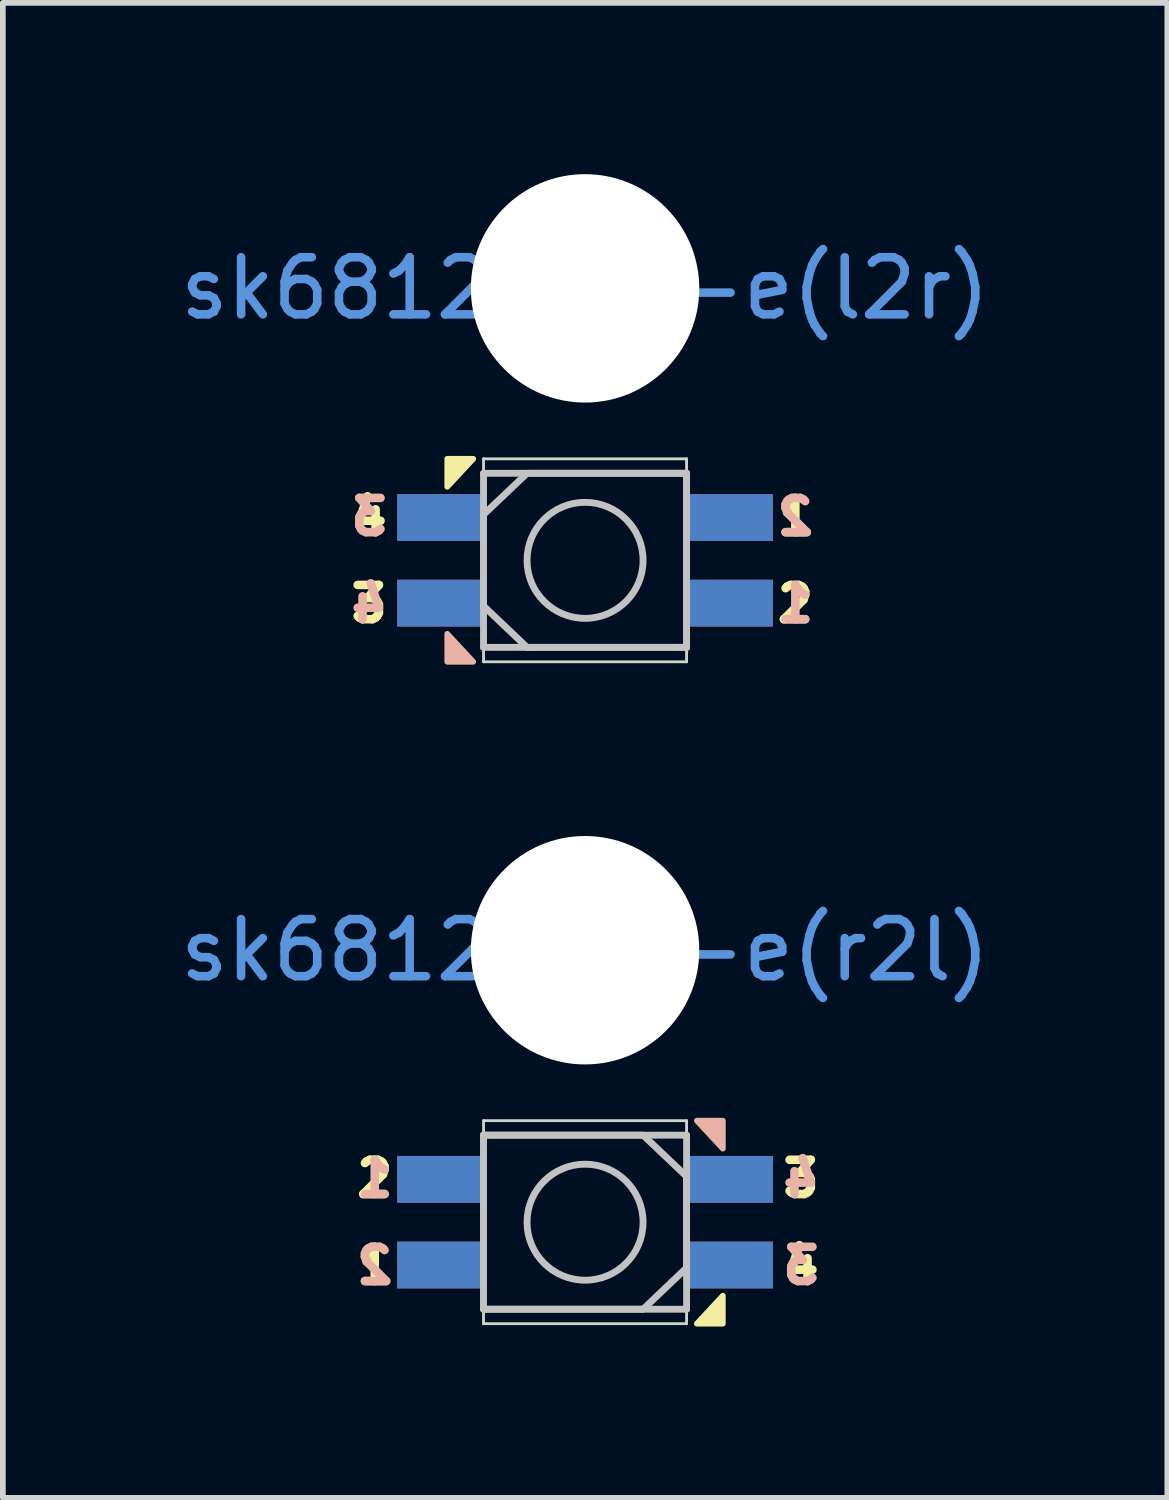
<source format=kicad_pcb>
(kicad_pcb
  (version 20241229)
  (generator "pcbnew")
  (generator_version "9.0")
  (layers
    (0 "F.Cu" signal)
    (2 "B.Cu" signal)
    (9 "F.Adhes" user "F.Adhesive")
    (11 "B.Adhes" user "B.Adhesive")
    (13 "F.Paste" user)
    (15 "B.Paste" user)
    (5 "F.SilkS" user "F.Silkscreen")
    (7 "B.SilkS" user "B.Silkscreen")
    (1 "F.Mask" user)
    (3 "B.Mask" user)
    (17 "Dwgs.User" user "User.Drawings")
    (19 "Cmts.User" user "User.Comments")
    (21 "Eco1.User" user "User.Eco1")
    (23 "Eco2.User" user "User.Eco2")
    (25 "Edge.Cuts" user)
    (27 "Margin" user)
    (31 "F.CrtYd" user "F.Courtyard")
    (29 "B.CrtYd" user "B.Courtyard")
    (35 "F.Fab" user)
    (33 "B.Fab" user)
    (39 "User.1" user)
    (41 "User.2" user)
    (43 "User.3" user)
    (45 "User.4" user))
  (footprint "sk6812mini-e(l2r)"
    (layer "F.Cu")
    (at 7.196 2)
    (property "Reference" "sk6812mini-e(l2r)" (at 0 0 0) (layer "Cmts.User") (effects (font (size 1 1) (thickness 0.15))))
    (attr through_hole)
    (fp_poly (pts (xy -2.413 3.475) (xy -2.413 2.985) (xy -1.958 2.985)) (stroke (width 0.1) (type solid)) (fill yes) (layer "F.SilkS"))
    (fp_poly (pts (xy -2.413 6.05) (xy -2.413 6.54) (xy -1.958 6.54)) (stroke (width 0.1) (type solid)) (fill yes) (layer "B.SilkS"))
    (fp_line (start -1.778 3.239) (end -1.778 5.562) (stroke (width 0.12) (type solid)) (layer "Dwgs.User"))
    (fp_line (start -1.778 3.239) (end 1.778 3.239) (stroke (width 0.12) (type solid)) (layer "Dwgs.User"))
    (fp_line (start -1.778 6.287) (end -1.778 3.962) (stroke (width 0.12) (type solid)) (layer "Dwgs.User"))
    (fp_line (start -1.778 6.287) (end 1.778 6.287) (stroke (width 0.12) (type solid)) (layer "Dwgs.User"))
    (fp_line (start -1.016 3.239) (end -1.778 3.962) (stroke (width 0.12) (type solid)) (layer "Dwgs.User"))
    (fp_line (start -1.016 6.287) (end -1.778 5.562) (stroke (width 0.12) (type solid)) (layer "Dwgs.User"))
    (fp_line (start -1 3.239) (end 1.778 3.239) (stroke (width 0.12) (type solid)) (layer "Dwgs.User"))
    (fp_line (start -1 6.287) (end 1.778 6.287) (stroke (width 0.12) (type solid)) (layer "Dwgs.User"))
    (fp_line (start 1.778 3.239) (end 1.778 6.287) (stroke (width 0.12) (type solid)) (layer "Dwgs.User"))
    (fp_line (start 1.778 6.287) (end 1.778 3.239) (stroke (width 0.12) (type solid)) (layer "Dwgs.User"))
    (fp_circle (center 0 4.763) (end -1.016 4.763) (stroke (width 0.12) (type solid)) (fill no) (layer "Dwgs.User"))
    (fp_line (start -1.778 2.985) (end -1.778 6.54) (stroke (width 0.05) (type solid)) (layer "Edge.Cuts"))
    (fp_line (start 1.778 2.985) (end -1.778 2.985) (stroke (width 0.05) (type solid)) (layer "Edge.Cuts"))
    (fp_line (start 1.778 6.54) (end -1.778 6.54) (stroke (width 0.05) (type solid)) (layer "Edge.Cuts"))
    (fp_line (start 1.778 6.54) (end 1.778 2.985) (stroke (width 0.05) (type solid)) (layer "Edge.Cuts"))
    (fp_text user "2" (at 3.683 5.524 0) (layer "F.SilkS") (effects (font (size 0.6 0.6) (thickness 0.15))))
    (fp_text user "3" (at -3.782 5.524 0) (layer "F.SilkS") (effects (font (size 0.6 0.6) (thickness 0.15))))
    (fp_text user "4" (at -3.782 4 0) (layer "F.SilkS") (effects (font (size 0.6 0.6) (thickness 0.15))))
    (fp_text user "1" (at 3.683 4 0) (layer "F.SilkS") (effects (font (size 0.6 0.6) (thickness 0.15))))
    (fp_text user "3" (at -3.782 4 0) (layer "B.SilkS") (effects (font (size 0.6 0.6) (thickness 0.15)) (justify mirror)))
    (fp_text user "4" (at -3.782 5.524 0) (layer "B.SilkS") (effects (font (size 0.6 0.6) (thickness 0.15)) (justify mirror)))
    (fp_text user "1" (at 3.683 5.524 0) (layer "B.SilkS") (effects (font (size 0.6 0.6) (thickness 0.15)) (justify mirror)))
    (fp_text user "2" (at 3.683 4 0) (layer "B.SilkS") (effects (font (size 0.6 0.6) (thickness 0.15)) (justify mirror)))
    (pad "" np_thru_hole circle (at 0 0 90) (size 4 4) (drill 4) (layers "*.Cu" "*.Mask"))
    (pad "+" smd rect (at 2.54 4.013 180) (size 1.5 0.82) (layers "F.Cu" "F.Mask" "F.Paste"))
    (pad "+" smd rect (at 2.54 5.513 180) (size 1.5 0.82) (layers "B.Cu" "B.Mask" "B.Paste"))
    (pad "-" smd rect (at -2.54 4.013 180) (size 1.5 0.82) (layers "B.Cu" "B.Mask" "B.Paste"))
    (pad "-" smd rect (at -2.54 5.513 180) (size 1.5 0.82) (layers "F.Cu" "F.Mask" "F.Paste"))
    (pad "I" smd rect (at -2.54 4.013 180) (size 1.5 0.82) (layers "F.Cu" "F.Mask" "F.Paste"))
    (pad "I" smd rect (at -2.54 5.513 180) (size 1.5 0.82) (layers "B.Cu" "B.Mask" "B.Paste"))
    (pad "O" smd trapezoid (at 2.54 4.013 180) (size 1.5 0.82) (layers "B.Cu" "B.Mask" "B.Paste"))
    (pad "O" smd trapezoid (at 2.54 5.513 180) (size 1.5 0.82) (layers "F.Cu" "F.Mask" "F.Paste")))
  (footprint "sk6812mini-e(r2l)"
    (layer "F.Cu")
    (at 7.196 13.591)
    (property "Reference" "sk6812mini-e(r2l)" (at 0 0 0) (layer "Cmts.User") (effects (font (size 1 1) (thickness 0.15))))
    (attr through_hole)
    (fp_poly (pts (xy 2.413 6.05) (xy 2.413 6.54) (xy 1.958 6.54)) (stroke (width 0.1) (type solid)) (fill yes) (layer "F.SilkS"))
    (fp_poly (pts (xy 2.413 3.475) (xy 2.413 2.985) (xy 1.958 2.985)) (stroke (width 0.1) (type solid)) (fill yes) (layer "B.SilkS"))
    (fp_line (start -1.778 3.239) (end -1.778 6.287) (stroke (width 0.12) (type solid)) (layer "Dwgs.User"))
    (fp_line (start -1.778 6.287) (end -1.778 3.239) (stroke (width 0.12) (type solid)) (layer "Dwgs.User"))
    (fp_line (start 1 3.239) (end -1.778 3.239) (stroke (width 0.12) (type solid)) (layer "Dwgs.User"))
    (fp_line (start 1 6.287) (end -1.778 6.287) (stroke (width 0.12) (type solid)) (layer "Dwgs.User"))
    (fp_line (start 1.016 3.239) (end 1.778 3.962) (stroke (width 0.12) (type solid)) (layer "Dwgs.User"))
    (fp_line (start 1.016 6.287) (end 1.778 5.562) (stroke (width 0.12) (type solid)) (layer "Dwgs.User"))
    (fp_line (start 1.778 3.239) (end -1.778 3.239) (stroke (width 0.12) (type solid)) (layer "Dwgs.User"))
    (fp_line (start 1.778 3.239) (end 1.778 5.562) (stroke (width 0.12) (type solid)) (layer "Dwgs.User"))
    (fp_line (start 1.778 6.287) (end -1.778 6.287) (stroke (width 0.12) (type solid)) (layer "Dwgs.User"))
    (fp_line (start 1.778 6.287) (end 1.778 3.962) (stroke (width 0.12) (type solid)) (layer "Dwgs.User"))
    (fp_circle (center 0 4.763) (end 1.016 4.763) (stroke (width 0.12) (type solid)) (fill no) (layer "Dwgs.User"))
    (fp_line (start -1.778 2.985) (end -1.778 6.54) (stroke (width 0.05) (type solid)) (layer "Edge.Cuts"))
    (fp_line (start -1.778 2.985) (end 1.778 2.985) (stroke (width 0.05) (type solid)) (layer "Edge.Cuts"))
    (fp_line (start -1.778 6.54) (end 1.778 6.54) (stroke (width 0.05) (type solid)) (layer "Edge.Cuts"))
    (fp_line (start 1.778 6.54) (end 1.778 2.985) (stroke (width 0.05) (type solid)) (layer "Edge.Cuts"))
    (fp_text user "4" (at 3.782 5.524 180) (layer "F.SilkS") (effects (font (size 0.6 0.6) (thickness 0.15))))
    (fp_text user "3" (at 3.782 4 180) (layer "F.SilkS") (effects (font (size 0.6 0.6) (thickness 0.15))))
    (fp_text user "2" (at -3.683 4 180) (layer "F.SilkS") (effects (font (size 0.6 0.6) (thickness 0.15))))
    (fp_text user "1" (at -3.683 5.524 180) (layer "F.SilkS") (effects (font (size 0.6 0.6) (thickness 0.15))))
    (fp_text user "4" (at 3.782 4 180) (layer "B.SilkS") (effects (font (size 0.6 0.6) (thickness 0.15)) (justify mirror)))
    (fp_text user "2" (at -3.683 5.524 180) (layer "B.SilkS") (effects (font (size 0.6 0.6) (thickness 0.15)) (justify mirror)))
    (fp_text user "1" (at -3.683 4 180) (layer "B.SilkS") (effects (font (size 0.6 0.6) (thickness 0.15)) (justify mirror)))
    (fp_text user "3" (at 3.782 5.524 180) (layer "B.SilkS") (effects (font (size 0.6 0.6) (thickness 0.15)) (justify mirror)))
    (pad "" np_thru_hole circle (at 0 0 90) (size 4 4) (drill 4) (layers "*.Cu" "*.Mask"))
    (pad "+" smd rect (at -2.54 4.013) (size 1.5 0.82) (layers "B.Cu" "B.Mask" "B.Paste"))
    (pad "+" smd rect (at -2.54 5.513) (size 1.5 0.82) (layers "F.Cu" "F.Mask" "F.Paste"))
    (pad "-" smd rect (at 2.54 4.013) (size 1.5 0.82) (layers "F.Cu" "F.Mask" "F.Paste"))
    (pad "-" smd rect (at 2.54 5.513) (size 1.5 0.82) (layers "B.Cu" "B.Mask" "B.Paste"))
    (pad "I" smd rect (at 2.54 4.013) (size 1.5 0.82) (layers "B.Cu" "B.Mask" "B.Paste"))
    (pad "I" smd rect (at 2.54 5.513) (size 1.5 0.82) (layers "F.Cu" "F.Mask" "F.Paste"))
    (pad "O" smd trapezoid (at -2.54 4.013) (size 1.5 0.82) (layers "F.Cu" "F.Mask" "F.Paste"))
    (pad "O" smd trapezoid (at -2.54 5.513) (size 1.5 0.82) (layers "B.Cu" "B.Mask" "B.Paste")))
  (gr_rect
    (start -3 -3)
    (end 17.393 23.181)
    (stroke (width 0.1) (type default))
    (fill no)
    (layer "Edge.Cuts")))
</source>
